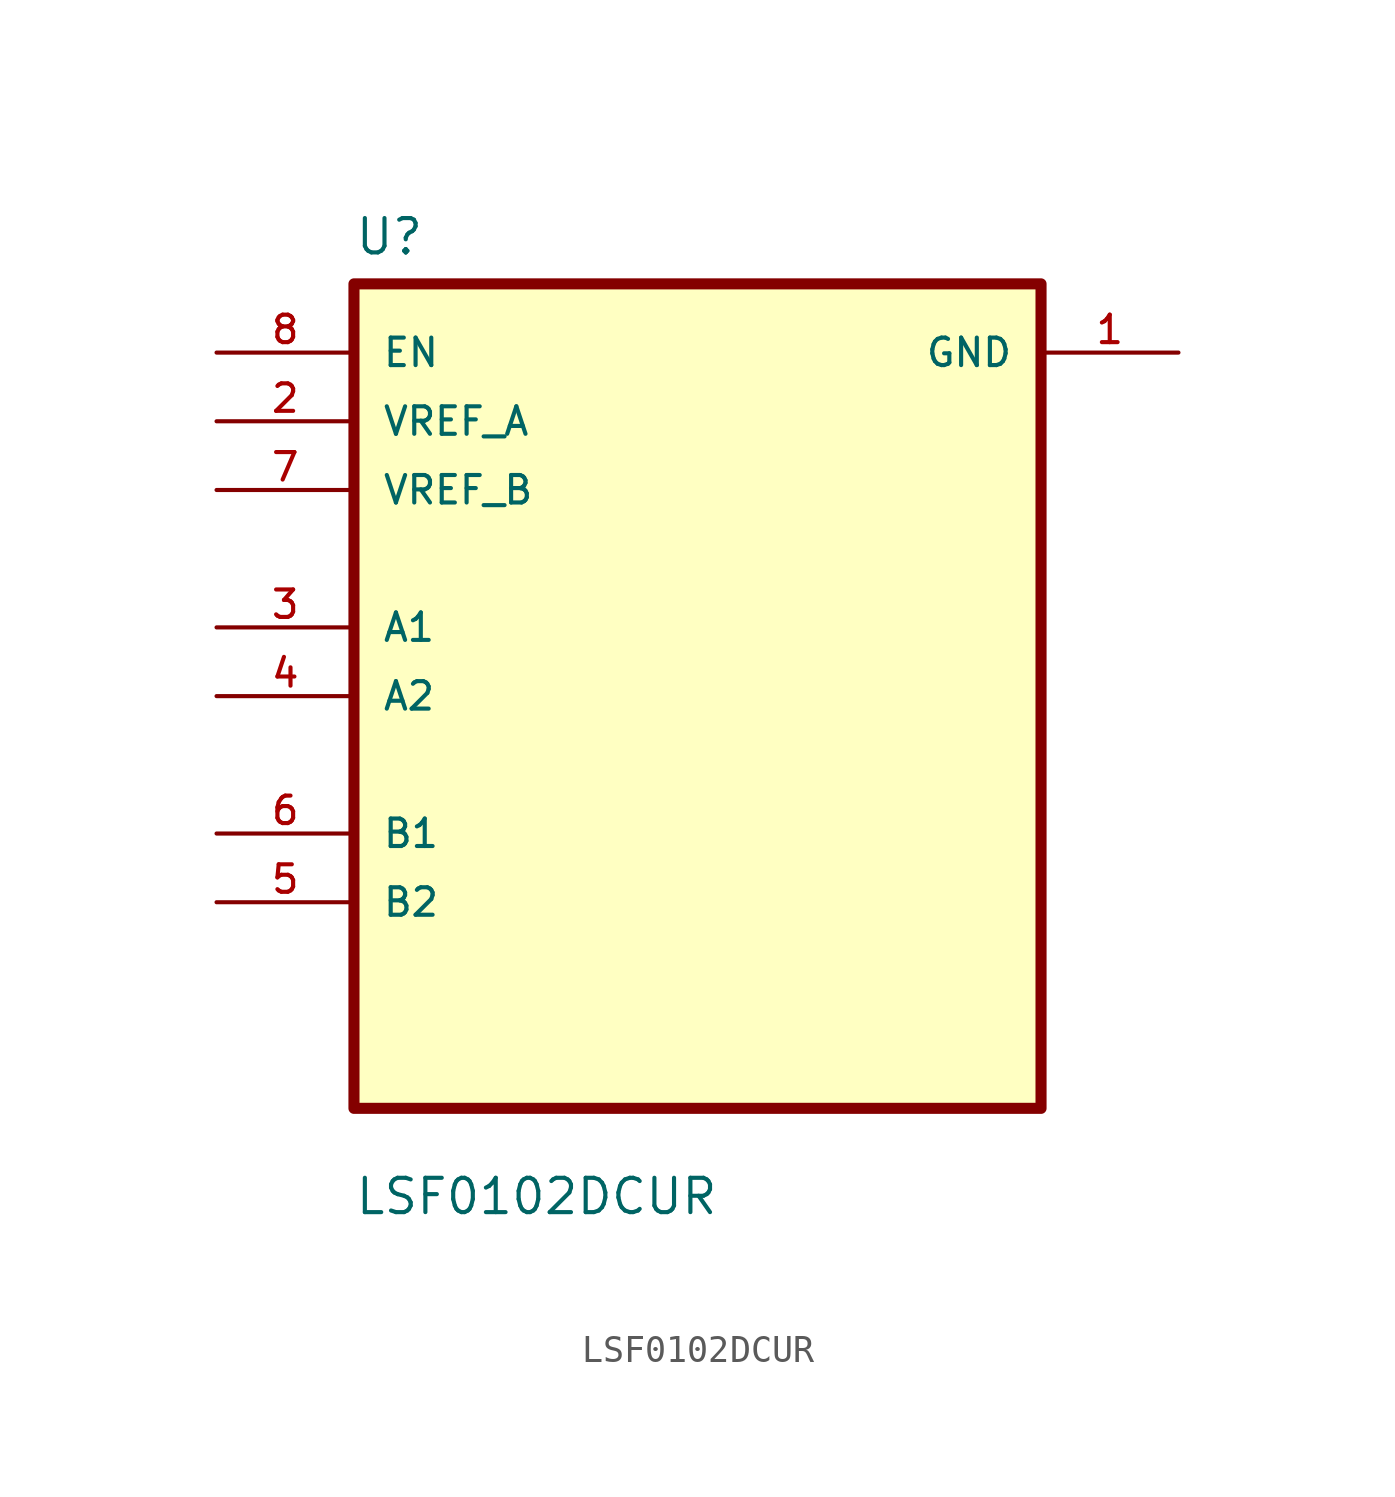
<source format=kicad_sym>
(kicad_symbol_lib
  (version 20211014)
  (generator kicad_symbol_editor)
  (symbol "LSF0102DCUR"
    (pin_names
      (offset 1.016))
    (property "Reference" "U"
      (at -12.7 16.24 0.0)
      (effects (font (size 1.27 1.27)) (justify bottom left)))
    (property "Value" "LSF0102DCUR"
      (at -12.7 -19.24 0.0)
      (effects (font (size 1.27 1.27)) (justify bottom left)))
    (symbol "LSF0102DCUR_0_0"
      (rectangle (start -12.7 -15.24) (end 12.7 15.24) (stroke (width 0.41)) (fill (type background)))
      (pin input line (at -17.78 12.7 0) (length 5.08) (name "EN" (effects (font (size 1.016 1.016)))) (number "8" (effects (font (size 1.016 1.016)))))
      (pin input line (at -17.78 10.16 0) (length 5.08) (name "VREF_A" (effects (font (size 1.016 1.016)))) (number "2" (effects (font (size 1.016 1.016)))))
      (pin input line (at -17.78 7.62 0) (length 5.08) (name "VREF_B" (effects (font (size 1.016 1.016)))) (number "7" (effects (font (size 1.016 1.016)))))
      (pin bidirectional line (at -17.78 2.54 0) (length 5.08) (name "A1" (effects (font (size 1.016 1.016)))) (number "3" (effects (font (size 1.016 1.016)))))
      (pin bidirectional line (at -17.78 0.0 0) (length 5.08) (name "A2" (effects (font (size 1.016 1.016)))) (number "4" (effects (font (size 1.016 1.016)))))
      (pin bidirectional line (at -17.78 -5.08 0) (length 5.08) (name "B1" (effects (font (size 1.016 1.016)))) (number "6" (effects (font (size 1.016 1.016)))))
      (pin bidirectional line (at -17.78 -7.62 0) (length 5.08) (name "B2" (effects (font (size 1.016 1.016)))) (number "5" (effects (font (size 1.016 1.016)))))
      (pin power_in line (at 17.78 12.7 180.0) (length 5.08) (name "GND" (effects (font (size 1.016 1.016)))) (number "1" (effects (font (size 1.016 1.016))))))))
</source>
